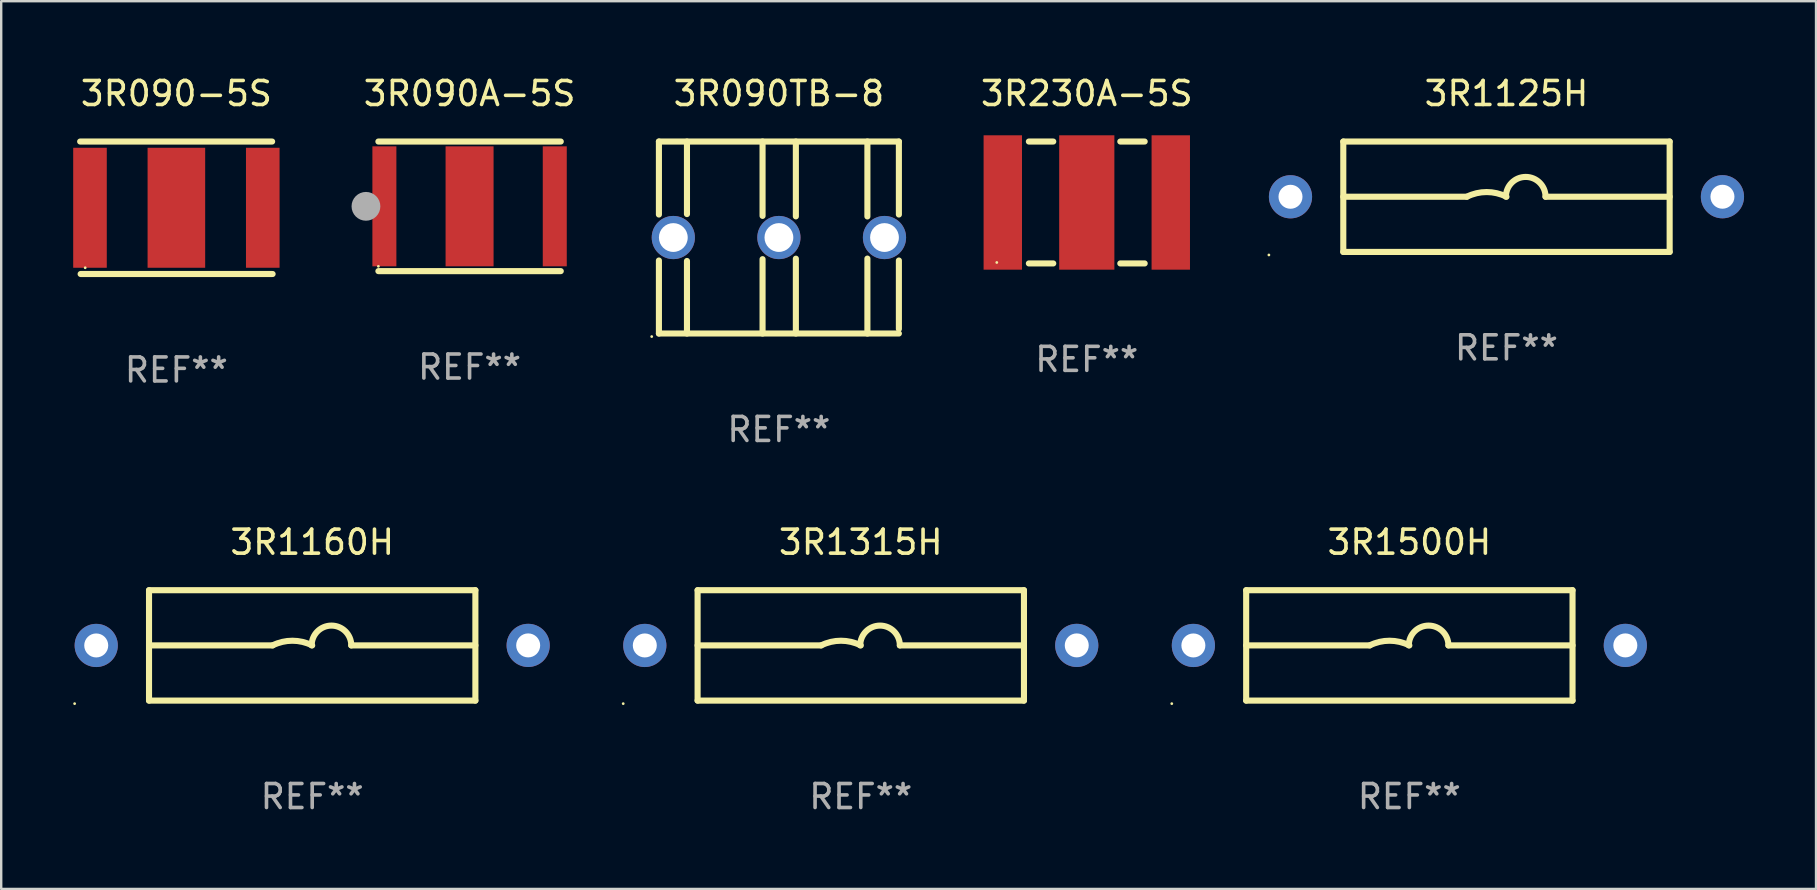
<source format=kicad_pcb>
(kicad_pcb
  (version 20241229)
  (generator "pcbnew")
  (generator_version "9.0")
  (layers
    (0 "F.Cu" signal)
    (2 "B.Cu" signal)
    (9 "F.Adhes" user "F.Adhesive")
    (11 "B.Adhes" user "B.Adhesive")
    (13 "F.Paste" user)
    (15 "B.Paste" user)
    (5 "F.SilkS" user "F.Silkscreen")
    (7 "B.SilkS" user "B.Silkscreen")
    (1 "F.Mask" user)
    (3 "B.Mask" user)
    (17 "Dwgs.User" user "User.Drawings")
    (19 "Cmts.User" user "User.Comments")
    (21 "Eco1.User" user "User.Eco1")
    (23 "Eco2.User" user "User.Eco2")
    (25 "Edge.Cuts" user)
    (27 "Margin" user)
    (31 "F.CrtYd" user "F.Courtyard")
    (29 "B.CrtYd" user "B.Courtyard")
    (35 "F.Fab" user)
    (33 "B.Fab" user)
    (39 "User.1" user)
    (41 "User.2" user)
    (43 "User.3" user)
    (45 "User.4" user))
  (footprint "3R1160H"
    (layer "F.Cu")
    (at 9.96 23.845)
    (property "Reference" "3R1160H" (at 0 -4.3 0) (layer "F.SilkS") (effects (font (size 1 1) (thickness 0.15))))
    (attr through_hole)
    (fp_line (start -6.8 -2.3) (end -6.8 2.3) (stroke (width 0.254) (type solid)) (layer "F.SilkS"))
    (fp_line (start -6.8 -2.3) (end 6.8 -2.3) (stroke (width 0.254) (type solid)) (layer "F.SilkS"))
    (fp_line (start -6.8 2.3) (end 6.8 2.3) (stroke (width 0.254) (type solid)) (layer "F.SilkS"))
    (fp_line (start -1.651 0) (end -6.8 0) (stroke (width 0.254) (type solid)) (layer "F.SilkS"))
    (fp_line (start 1.628 0) (end 6.8 0) (stroke (width 0.254) (type solid)) (layer "F.SilkS"))
    (fp_line (start 6.8 -2.3) (end 6.8 2.3) (stroke (width 0.254) (type solid)) (layer "F.SilkS"))
    (fp_arc (start -1.651003 0) (mid -0.825502 -0.194874) (end 0 0) (stroke (width 0.254001) (type solid)) (layer "F.SilkS"))
    (fp_arc (start -0.023013 0) (mid 0.802489 -0.825502) (end 1.627991 0) (stroke (width 0.254001) (type solid)) (layer "F.SilkS"))
    (fp_circle (center -9.9 2.427) (end -9.87 2.427) (stroke (width 0.06) (type solid)) (fill no) (layer "F.SilkS"))
    (fp_text user "REF**" (at 0 6.3 0) (layer "F.Fab") (effects (font (size 1 1) (thickness 0.15))))
    (pad "1" thru_hole circle (at -9 0.002) (size 1.8 1.8) (drill 1) (layers "*.Cu" "*.Mask"))
    (pad "2" thru_hole circle (at 9 0) (size 1.8 1.8) (drill 1) (layers "*.Cu" "*.Mask")))
  (footprint "3R230A-5S"
    (layer "F.Cu")
    (at 42.238 5.388)
    (property "Reference" "3R230A-5S" (at 0 -4.54 0) (layer "F.SilkS") (effects (font (size 1 1) (thickness 0.15))))
    (attr through_hole)
    (fp_line (start -2.413 -2.54) (end -1.397 -2.54) (stroke (width 0.254) (type solid)) (layer "F.SilkS"))
    (fp_line (start -2.413 2.54) (end -1.397 2.54) (stroke (width 0.254) (type solid)) (layer "F.SilkS"))
    (fp_line (start 1.397 -2.54) (end 2.413 -2.54) (stroke (width 0.254) (type solid)) (layer "F.SilkS"))
    (fp_line (start 1.397 2.54) (end 2.413 2.54) (stroke (width 0.254) (type solid)) (layer "F.SilkS"))
    (fp_circle (center -3.75 2.5) (end -3.72 2.5) (stroke (width 0.06) (type solid)) (fill no) (layer "F.SilkS"))
    (fp_text user "REF**" (at 0 6.54 0) (layer "F.Fab") (effects (font (size 1 1) (thickness 0.15))))
    (pad "1" smd rect (at -3.5 0) (size 1.6 5.6) (layers "F.Cu" "F.Mask" "F.Paste"))
    (pad "2" smd rect (at -0.000127 0) (size 2.3 5.6) (layers "F.Cu" "F.Mask" "F.Paste"))
    (pad "3" smd rect (at 3.5 0) (size 1.6 5.6) (layers "F.Cu" "F.Mask" "F.Paste")))
  (footprint "3R1125H"
    (layer "F.Cu")
    (at 59.727 5.148)
    (property "Reference" "3R1125H" (at 0 -4.3 0) (layer "F.SilkS") (effects (font (size 1 1) (thickness 0.15))))
    (attr through_hole)
    (fp_line (start -6.8 -2.3) (end -6.8 2.3) (stroke (width 0.254) (type solid)) (layer "F.SilkS"))
    (fp_line (start -6.8 -2.3) (end 6.8 -2.3) (stroke (width 0.254) (type solid)) (layer "F.SilkS"))
    (fp_line (start -6.8 2.3) (end 6.8 2.3) (stroke (width 0.254) (type solid)) (layer "F.SilkS"))
    (fp_line (start -1.651 0) (end -6.8 0) (stroke (width 0.254) (type solid)) (layer "F.SilkS"))
    (fp_line (start 1.628 0) (end 6.8 0) (stroke (width 0.254) (type solid)) (layer "F.SilkS"))
    (fp_line (start 6.8 -2.3) (end 6.8 2.3) (stroke (width 0.254) (type solid)) (layer "F.SilkS"))
    (fp_arc (start -1.651003 0) (mid -0.825502 -0.194874) (end 0 0) (stroke (width 0.254001) (type solid)) (layer "F.SilkS"))
    (fp_arc (start -0.023013 0) (mid 0.802489 -0.825502) (end 1.627991 0) (stroke (width 0.254001) (type solid)) (layer "F.SilkS"))
    (fp_circle (center -9.9 2.427) (end -9.87 2.427) (stroke (width 0.06) (type solid)) (fill no) (layer "F.SilkS"))
    (fp_text user "REF**" (at 0 6.3 0) (layer "F.Fab") (effects (font (size 1 1) (thickness 0.15))))
    (pad "1" thru_hole circle (at -9 0.002) (size 1.8 1.8) (drill 1) (layers "*.Cu" "*.Mask"))
    (pad "2" thru_hole circle (at 9 0) (size 1.8 1.8) (drill 1) (layers "*.Cu" "*.Mask")))
  (footprint "3R1500H"
    (layer "F.Cu")
    (at 55.68 23.845)
    (property "Reference" "3R1500H" (at 0 -4.3 0) (layer "F.SilkS") (effects (font (size 1 1) (thickness 0.15))))
    (attr through_hole)
    (fp_line (start -6.8 -2.3) (end -6.8 2.3) (stroke (width 0.254) (type solid)) (layer "F.SilkS"))
    (fp_line (start -6.8 -2.3) (end 6.8 -2.3) (stroke (width 0.254) (type solid)) (layer "F.SilkS"))
    (fp_line (start -6.8 2.3) (end 6.8 2.3) (stroke (width 0.254) (type solid)) (layer "F.SilkS"))
    (fp_line (start -1.651 0) (end -6.8 0) (stroke (width 0.254) (type solid)) (layer "F.SilkS"))
    (fp_line (start 1.628 0) (end 6.8 0) (stroke (width 0.254) (type solid)) (layer "F.SilkS"))
    (fp_line (start 6.8 -2.3) (end 6.8 2.3) (stroke (width 0.254) (type solid)) (layer "F.SilkS"))
    (fp_arc (start -1.651003 0) (mid -0.825502 -0.194874) (end 0 0) (stroke (width 0.254001) (type solid)) (layer "F.SilkS"))
    (fp_arc (start -0.023013 0) (mid 0.802489 -0.825502) (end 1.627991 0) (stroke (width 0.254001) (type solid)) (layer "F.SilkS"))
    (fp_circle (center -9.9 2.427) (end -9.87 2.427) (stroke (width 0.06) (type solid)) (fill no) (layer "F.SilkS"))
    (fp_text user "REF**" (at 0 6.3 0) (layer "F.Fab") (effects (font (size 1 1) (thickness 0.15))))
    (pad "1" thru_hole circle (at -9 0.002) (size 1.8 1.8) (drill 1) (layers "*.Cu" "*.Mask"))
    (pad "2" thru_hole circle (at 9 0) (size 1.8 1.8) (drill 1) (layers "*.Cu" "*.Mask")))
  (footprint "3R090-5S"
    (layer "F.Cu")
    (at 4.3 5.608)
    (property "Reference" "3R090-5S" (at 0 -4.76 0) (layer "F.SilkS") (effects (font (size 1 1) (thickness 0.15))))
    (attr through_hole)
    (fp_line (start -4.01 -2.76) (end 3.99 -2.76) (stroke (width 0.254) (type solid)) (layer "F.SilkS"))
    (fp_line (start 4.01 2.76) (end -3.99 2.76) (stroke (width 0.254) (type solid)) (layer "F.SilkS"))
    (fp_circle (center -3.8 2.5) (end -3.77 2.5) (stroke (width 0.06) (type solid)) (fill no) (layer "F.SilkS"))
    (fp_text user "REF**" (at 0 6.76 0) (layer "F.Fab") (effects (font (size 1 1) (thickness 0.15))))
    (pad "1" smd rect (at -3.6 0 90) (size 5 1.4) (layers "F.Cu" "F.Mask" "F.Paste"))
    (pad "2" smd rect (at 3.6 0 90) (size 5 1.4) (layers "F.Cu" "F.Mask" "F.Paste"))
    (pad "3" smd rect (at 0 0 90) (size 5 2.4) (layers "F.Cu" "F.Mask" "F.Paste")))
  (footprint "3R090TB-8"
    (layer "F.Cu")
    (at 29.408 6.848)
    (property "Reference" "3R090TB-8" (at 0 -6 0) (layer "F.SilkS") (effects (font (size 1 1) (thickness 0.15))))
    (attr through_hole)
    (fp_line (start -5 -4) (end -5 -0.958) (stroke (width 0.254) (type solid)) (layer "F.SilkS"))
    (fp_line (start -5 -4) (end 5 -4) (stroke (width 0.254) (type solid)) (layer "F.SilkS"))
    (fp_line (start -5 0.958) (end -5 4) (stroke (width 0.254) (type solid)) (layer "F.SilkS"))
    (fp_line (start -3.831 -0.977) (end -3.831 -4) (stroke (width 0.254) (type solid)) (layer "F.SilkS"))
    (fp_line (start -3.831 4) (end -3.831 0.977) (stroke (width 0.254) (type solid)) (layer "F.SilkS"))
    (fp_line (start -0.681 -4) (end -0.681 -0.902) (stroke (width 0.254) (type solid)) (layer "F.SilkS"))
    (fp_line (start -0.681 0.902) (end -0.681 4) (stroke (width 0.254) (type solid)) (layer "F.SilkS"))
    (fp_line (start 0.707 -0.882) (end 0.707 -4) (stroke (width 0.254) (type solid)) (layer "F.SilkS"))
    (fp_line (start 0.707 4) (end 0.707 0.882) (stroke (width 0.254) (type solid)) (layer "F.SilkS"))
    (fp_line (start 3.688 -4) (end 3.688 -0.878) (stroke (width 0.254) (type solid)) (layer "F.SilkS"))
    (fp_line (start 3.688 0.878) (end 3.688 4) (stroke (width 0.254) (type solid)) (layer "F.SilkS"))
    (fp_line (start 5 -4) (end 5 -0.958) (stroke (width 0.254) (type solid)) (layer "F.SilkS"))
    (fp_line (start 5 0.958) (end 5 3.81) (stroke (width 0.254) (type solid)) (layer "F.SilkS"))
    (fp_line (start 5 4) (end -5 4) (stroke (width 0.254) (type solid)) (layer "F.SilkS"))
    (fp_circle (center -5.3 4.127) (end -5.27 4.127) (stroke (width 0.06) (type solid)) (fill no) (layer "F.SilkS"))
    (fp_text user "REF**" (at 0 8 0) (layer "F.Fab") (effects (font (size 1 1) (thickness 0.15))))
    (pad "1" thru_hole circle (at -4.4 0) (size 1.8 1.8) (drill 1.2) (layers "*.Cu" "*.Mask"))
    (pad "2" thru_hole circle (at 0 0) (size 1.8 1.8) (drill 1.2) (layers "*.Cu" "*.Mask"))
    (pad "3" thru_hole circle (at 4.4 0) (size 1.8 1.8) (drill 1.2) (layers "*.Cu" "*.Mask")))
  (footprint "3R1315H"
    (layer "F.Cu")
    (at 32.82 23.845)
    (property "Reference" "3R1315H" (at 0 -4.3 0) (layer "F.SilkS") (effects (font (size 1 1) (thickness 0.15))))
    (attr through_hole)
    (fp_line (start -6.8 -2.3) (end -6.8 2.3) (stroke (width 0.254) (type solid)) (layer "F.SilkS"))
    (fp_line (start -6.8 -2.3) (end 6.8 -2.3) (stroke (width 0.254) (type solid)) (layer "F.SilkS"))
    (fp_line (start -6.8 2.3) (end 6.8 2.3) (stroke (width 0.254) (type solid)) (layer "F.SilkS"))
    (fp_line (start -1.651 0) (end -6.8 0) (stroke (width 0.254) (type solid)) (layer "F.SilkS"))
    (fp_line (start 1.628 0) (end 6.8 0) (stroke (width 0.254) (type solid)) (layer "F.SilkS"))
    (fp_line (start 6.8 -2.3) (end 6.8 2.3) (stroke (width 0.254) (type solid)) (layer "F.SilkS"))
    (fp_arc (start -1.651003 0) (mid -0.825502 -0.194874) (end 0 0) (stroke (width 0.254001) (type solid)) (layer "F.SilkS"))
    (fp_arc (start -0.023013 0) (mid 0.802489 -0.825502) (end 1.627991 0) (stroke (width 0.254001) (type solid)) (layer "F.SilkS"))
    (fp_circle (center -9.9 2.427) (end -9.87 2.427) (stroke (width 0.06) (type solid)) (fill no) (layer "F.SilkS"))
    (fp_text user "REF**" (at 0 6.3 0) (layer "F.Fab") (effects (font (size 1 1) (thickness 0.15))))
    (pad "1" thru_hole circle (at -9 0.002) (size 1.8 1.8) (drill 1) (layers "*.Cu" "*.Mask"))
    (pad "2" thru_hole circle (at 9 0) (size 1.8 1.8) (drill 1) (layers "*.Cu" "*.Mask")))
  (footprint "3R090A-5S"
    (layer "F.Cu")
    (at 16.518 5.548)
    (property "Reference" "3R090A-5S" (at 0 -4.7 0) (layer "F.SilkS") (effects (font (size 1 1) (thickness 0.15))))
    (attr through_hole)
    (fp_line (start -3.8 -2.7) (end 3.8 -2.7) (stroke (width 0.254) (type solid)) (layer "F.SilkS"))
    (fp_line (start -3.8 2.7) (end 3.8 2.7) (stroke (width 0.254) (type solid)) (layer "F.SilkS"))
    (fp_circle (center -3.8 2.5) (end -3.77 2.5) (stroke (width 0.06) (type solid)) (fill no) (layer "F.SilkS"))
    (fp_circle (center -4.318 0) (end -4.018 0) (stroke (width 0.6) (type solid)) (fill no) (layer "F.Fab"))
    (fp_text user "REF**" (at 0 6.7 0) (layer "F.Fab") (effects (font (size 1 1) (thickness 0.15))))
    (pad "1" smd rect (at -3.55 0) (size 1 5) (layers "F.Cu" "F.Mask" "F.Paste"))
    (pad "2" smd rect (at 3.55 0) (size 1 5) (layers "F.Cu" "F.Mask" "F.Paste"))
    (pad "3" smd rect (at 0 0) (size 2 5) (layers "F.Cu" "F.Mask" "F.Paste")))
  (gr_rect
    (start -3 -3)
    (end 72.627 33.993)
    (stroke (width 0.1) (type default))
    (fill no)
    (layer "Edge.Cuts")))
</source>
